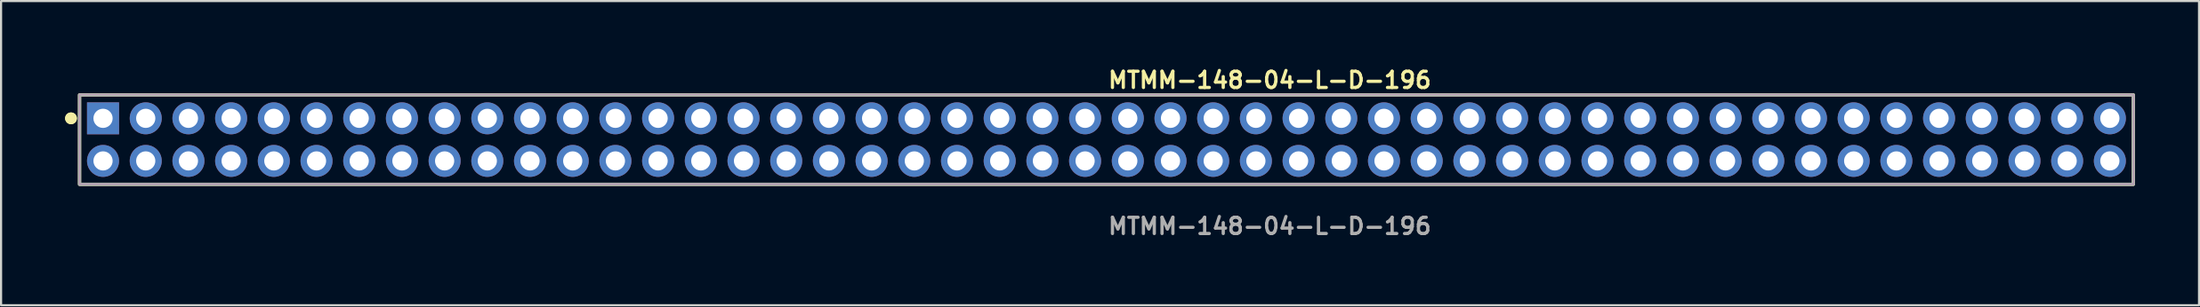
<source format=kicad_pcb>
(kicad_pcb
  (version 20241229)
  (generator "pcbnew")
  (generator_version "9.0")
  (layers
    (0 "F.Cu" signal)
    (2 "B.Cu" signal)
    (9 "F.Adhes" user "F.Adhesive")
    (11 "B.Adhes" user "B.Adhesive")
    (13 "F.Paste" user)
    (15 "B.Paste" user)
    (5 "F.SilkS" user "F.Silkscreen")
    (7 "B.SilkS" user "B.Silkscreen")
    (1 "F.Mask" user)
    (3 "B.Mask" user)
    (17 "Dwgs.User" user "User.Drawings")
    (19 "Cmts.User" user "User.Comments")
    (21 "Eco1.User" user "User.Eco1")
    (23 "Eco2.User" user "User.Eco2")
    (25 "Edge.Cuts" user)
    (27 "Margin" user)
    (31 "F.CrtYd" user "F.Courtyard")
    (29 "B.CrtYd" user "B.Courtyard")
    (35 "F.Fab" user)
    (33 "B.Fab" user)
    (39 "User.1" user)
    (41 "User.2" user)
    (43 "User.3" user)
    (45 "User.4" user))
  (footprint "MTMM-148-04-L-D-196"
    (layer "F.Cu")
    (at 48.776 3.507)
    (property "Reference" "MTMM-148-04-L-D-196" (at 0 -2.794 0) (unlocked yes) (layer "F.SilkS") (effects (font (size 0.762 0.762) (thickness 0.152)) (justify left)))
    (fp_rect (start -48.1 2.1) (end 48.1 -2.1) (stroke (width 0.152) (type solid)) (fill no) (layer "F.SilkS"))
    (fp_circle (center -48.5 -1) (end -48.7 -1) (stroke (width 0.152) (type solid)) (fill yes) (layer "F.SilkS"))
    (fp_circle (center -48.5 -1) (end -48.7 -1) (stroke (width 0.152) (type solid)) (fill yes) (layer "F.SilkS"))
    (fp_rect (start -48.1 2.1) (end 48.1 -2.1) (stroke (width 0.006) (type solid)) (fill no) (layer "F.CrtYd"))
    (fp_rect (start -48.1 2.1) (end 48.1 -2.1) (stroke (width 0.152) (type solid)) (fill no) (layer "F.Fab"))
    (fp_text user "${REFERENCE}" (at 0 4.064 0) (unlocked yes) (layer "F.Fab") (effects (font (size 0.762 0.762) (thickness 0.152)) (justify left)))
    (pad "1" thru_hole rect (at -47 -1) (size 1.5 1.5) (drill 0.9) (layers "*.Cu" "*.Mask"))
    (pad "2" thru_hole circle (at -47 1) (size 1.5 1.5) (drill 0.9) (layers "*.Cu" "*.Mask"))
    (pad "3" thru_hole circle (at -45 -1) (size 1.5 1.5) (drill 0.9) (layers "*.Cu" "*.Mask"))
    (pad "4" thru_hole circle (at -45 1) (size 1.5 1.5) (drill 0.9) (layers "*.Cu" "*.Mask"))
    (pad "5" thru_hole circle (at -43 -1) (size 1.5 1.5) (drill 0.9) (layers "*.Cu" "*.Mask"))
    (pad "6" thru_hole circle (at -43 1) (size 1.5 1.5) (drill 0.9) (layers "*.Cu" "*.Mask"))
    (pad "7" thru_hole circle (at -41 -1) (size 1.5 1.5) (drill 0.9) (layers "*.Cu" "*.Mask"))
    (pad "8" thru_hole circle (at -41 1) (size 1.5 1.5) (drill 0.9) (layers "*.Cu" "*.Mask"))
    (pad "9" thru_hole circle (at -39 -1) (size 1.5 1.5) (drill 0.9) (layers "*.Cu" "*.Mask"))
    (pad "10" thru_hole circle (at -39 1) (size 1.5 1.5) (drill 0.9) (layers "*.Cu" "*.Mask"))
    (pad "11" thru_hole circle (at -37 -1) (size 1.5 1.5) (drill 0.9) (layers "*.Cu" "*.Mask"))
    (pad "12" thru_hole circle (at -37 1) (size 1.5 1.5) (drill 0.9) (layers "*.Cu" "*.Mask"))
    (pad "13" thru_hole circle (at -35 -1) (size 1.5 1.5) (drill 0.9) (layers "*.Cu" "*.Mask"))
    (pad "14" thru_hole circle (at -35 1) (size 1.5 1.5) (drill 0.9) (layers "*.Cu" "*.Mask"))
    (pad "15" thru_hole circle (at -33 -1) (size 1.5 1.5) (drill 0.9) (layers "*.Cu" "*.Mask"))
    (pad "16" thru_hole circle (at -33 1) (size 1.5 1.5) (drill 0.9) (layers "*.Cu" "*.Mask"))
    (pad "17" thru_hole circle (at -31 -1) (size 1.5 1.5) (drill 0.9) (layers "*.Cu" "*.Mask"))
    (pad "18" thru_hole circle (at -31 1) (size 1.5 1.5) (drill 0.9) (layers "*.Cu" "*.Mask"))
    (pad "19" thru_hole circle (at -29 -1) (size 1.5 1.5) (drill 0.9) (layers "*.Cu" "*.Mask"))
    (pad "20" thru_hole circle (at -29 1) (size 1.5 1.5) (drill 0.9) (layers "*.Cu" "*.Mask"))
    (pad "21" thru_hole circle (at -27 -1) (size 1.5 1.5) (drill 0.9) (layers "*.Cu" "*.Mask"))
    (pad "22" thru_hole circle (at -27 1) (size 1.5 1.5) (drill 0.9) (layers "*.Cu" "*.Mask"))
    (pad "23" thru_hole circle (at -25 -1) (size 1.5 1.5) (drill 0.9) (layers "*.Cu" "*.Mask"))
    (pad "24" thru_hole circle (at -25 1) (size 1.5 1.5) (drill 0.9) (layers "*.Cu" "*.Mask"))
    (pad "25" thru_hole circle (at -23 -1) (size 1.5 1.5) (drill 0.9) (layers "*.Cu" "*.Mask"))
    (pad "26" thru_hole circle (at -23 1) (size 1.5 1.5) (drill 0.9) (layers "*.Cu" "*.Mask"))
    (pad "27" thru_hole circle (at -21 -1) (size 1.5 1.5) (drill 0.9) (layers "*.Cu" "*.Mask"))
    (pad "28" thru_hole circle (at -21 1) (size 1.5 1.5) (drill 0.9) (layers "*.Cu" "*.Mask"))
    (pad "29" thru_hole circle (at -19 -1) (size 1.5 1.5) (drill 0.9) (layers "*.Cu" "*.Mask"))
    (pad "30" thru_hole circle (at -19 1) (size 1.5 1.5) (drill 0.9) (layers "*.Cu" "*.Mask"))
    (pad "31" thru_hole circle (at -17 -1) (size 1.5 1.5) (drill 0.9) (layers "*.Cu" "*.Mask"))
    (pad "32" thru_hole circle (at -17 1) (size 1.5 1.5) (drill 0.9) (layers "*.Cu" "*.Mask"))
    (pad "33" thru_hole circle (at -15 -1) (size 1.5 1.5) (drill 0.9) (layers "*.Cu" "*.Mask"))
    (pad "34" thru_hole circle (at -15 1) (size 1.5 1.5) (drill 0.9) (layers "*.Cu" "*.Mask"))
    (pad "35" thru_hole circle (at -13 -1) (size 1.5 1.5) (drill 0.9) (layers "*.Cu" "*.Mask"))
    (pad "36" thru_hole circle (at -13 1) (size 1.5 1.5) (drill 0.9) (layers "*.Cu" "*.Mask"))
    (pad "37" thru_hole circle (at -11 -1) (size 1.5 1.5) (drill 0.9) (layers "*.Cu" "*.Mask"))
    (pad "38" thru_hole circle (at -11 1) (size 1.5 1.5) (drill 0.9) (layers "*.Cu" "*.Mask"))
    (pad "39" thru_hole circle (at -9 -1) (size 1.5 1.5) (drill 0.9) (layers "*.Cu" "*.Mask"))
    (pad "40" thru_hole circle (at -9 1) (size 1.5 1.5) (drill 0.9) (layers "*.Cu" "*.Mask"))
    (pad "41" thru_hole circle (at -7 -1) (size 1.5 1.5) (drill 0.9) (layers "*.Cu" "*.Mask"))
    (pad "42" thru_hole circle (at -7 1) (size 1.5 1.5) (drill 0.9) (layers "*.Cu" "*.Mask"))
    (pad "43" thru_hole circle (at -5 -1) (size 1.5 1.5) (drill 0.9) (layers "*.Cu" "*.Mask"))
    (pad "44" thru_hole circle (at -5 1) (size 1.5 1.5) (drill 0.9) (layers "*.Cu" "*.Mask"))
    (pad "45" thru_hole circle (at -3 -1) (size 1.5 1.5) (drill 0.9) (layers "*.Cu" "*.Mask"))
    (pad "46" thru_hole circle (at -3 1) (size 1.5 1.5) (drill 0.9) (layers "*.Cu" "*.Mask"))
    (pad "47" thru_hole circle (at -1 -1) (size 1.5 1.5) (drill 0.9) (layers "*.Cu" "*.Mask"))
    (pad "48" thru_hole circle (at -1 1) (size 1.5 1.5) (drill 0.9) (layers "*.Cu" "*.Mask"))
    (pad "49" thru_hole circle (at 1 -1) (size 1.5 1.5) (drill 0.9) (layers "*.Cu" "*.Mask"))
    (pad "50" thru_hole circle (at 1 1) (size 1.5 1.5) (drill 0.9) (layers "*.Cu" "*.Mask"))
    (pad "51" thru_hole circle (at 3 -1) (size 1.5 1.5) (drill 0.9) (layers "*.Cu" "*.Mask"))
    (pad "52" thru_hole circle (at 3 1) (size 1.5 1.5) (drill 0.9) (layers "*.Cu" "*.Mask"))
    (pad "53" thru_hole circle (at 5 -1) (size 1.5 1.5) (drill 0.9) (layers "*.Cu" "*.Mask"))
    (pad "54" thru_hole circle (at 5 1) (size 1.5 1.5) (drill 0.9) (layers "*.Cu" "*.Mask"))
    (pad "55" thru_hole circle (at 7 -1) (size 1.5 1.5) (drill 0.9) (layers "*.Cu" "*.Mask"))
    (pad "56" thru_hole circle (at 7 1) (size 1.5 1.5) (drill 0.9) (layers "*.Cu" "*.Mask"))
    (pad "57" thru_hole circle (at 9 -1) (size 1.5 1.5) (drill 0.9) (layers "*.Cu" "*.Mask"))
    (pad "58" thru_hole circle (at 9 1) (size 1.5 1.5) (drill 0.9) (layers "*.Cu" "*.Mask"))
    (pad "59" thru_hole circle (at 11 -1) (size 1.5 1.5) (drill 0.9) (layers "*.Cu" "*.Mask"))
    (pad "60" thru_hole circle (at 11 1) (size 1.5 1.5) (drill 0.9) (layers "*.Cu" "*.Mask"))
    (pad "61" thru_hole circle (at 13 -1) (size 1.5 1.5) (drill 0.9) (layers "*.Cu" "*.Mask"))
    (pad "62" thru_hole circle (at 13 1) (size 1.5 1.5) (drill 0.9) (layers "*.Cu" "*.Mask"))
    (pad "63" thru_hole circle (at 15 -1) (size 1.5 1.5) (drill 0.9) (layers "*.Cu" "*.Mask"))
    (pad "64" thru_hole circle (at 15 1) (size 1.5 1.5) (drill 0.9) (layers "*.Cu" "*.Mask"))
    (pad "65" thru_hole circle (at 17 -1) (size 1.5 1.5) (drill 0.9) (layers "*.Cu" "*.Mask"))
    (pad "66" thru_hole circle (at 17 1) (size 1.5 1.5) (drill 0.9) (layers "*.Cu" "*.Mask"))
    (pad "67" thru_hole circle (at 19 -1) (size 1.5 1.5) (drill 0.9) (layers "*.Cu" "*.Mask"))
    (pad "68" thru_hole circle (at 19 1) (size 1.5 1.5) (drill 0.9) (layers "*.Cu" "*.Mask"))
    (pad "69" thru_hole circle (at 21 -1) (size 1.5 1.5) (drill 0.9) (layers "*.Cu" "*.Mask"))
    (pad "70" thru_hole circle (at 21 1) (size 1.5 1.5) (drill 0.9) (layers "*.Cu" "*.Mask"))
    (pad "71" thru_hole circle (at 23 -1) (size 1.5 1.5) (drill 0.9) (layers "*.Cu" "*.Mask"))
    (pad "72" thru_hole circle (at 23 1) (size 1.5 1.5) (drill 0.9) (layers "*.Cu" "*.Mask"))
    (pad "73" thru_hole circle (at 25 -1) (size 1.5 1.5) (drill 0.9) (layers "*.Cu" "*.Mask"))
    (pad "74" thru_hole circle (at 25 1) (size 1.5 1.5) (drill 0.9) (layers "*.Cu" "*.Mask"))
    (pad "75" thru_hole circle (at 27 -1) (size 1.5 1.5) (drill 0.9) (layers "*.Cu" "*.Mask"))
    (pad "76" thru_hole circle (at 27 1) (size 1.5 1.5) (drill 0.9) (layers "*.Cu" "*.Mask"))
    (pad "77" thru_hole circle (at 29 -1) (size 1.5 1.5) (drill 0.9) (layers "*.Cu" "*.Mask"))
    (pad "78" thru_hole circle (at 29 1) (size 1.5 1.5) (drill 0.9) (layers "*.Cu" "*.Mask"))
    (pad "79" thru_hole circle (at 31 -1) (size 1.5 1.5) (drill 0.9) (layers "*.Cu" "*.Mask"))
    (pad "80" thru_hole circle (at 31 1) (size 1.5 1.5) (drill 0.9) (layers "*.Cu" "*.Mask"))
    (pad "81" thru_hole circle (at 33 -1) (size 1.5 1.5) (drill 0.9) (layers "*.Cu" "*.Mask"))
    (pad "82" thru_hole circle (at 33 1) (size 1.5 1.5) (drill 0.9) (layers "*.Cu" "*.Mask"))
    (pad "83" thru_hole circle (at 35 -1) (size 1.5 1.5) (drill 0.9) (layers "*.Cu" "*.Mask"))
    (pad "84" thru_hole circle (at 35 1) (size 1.5 1.5) (drill 0.9) (layers "*.Cu" "*.Mask"))
    (pad "85" thru_hole circle (at 37 -1) (size 1.5 1.5) (drill 0.9) (layers "*.Cu" "*.Mask"))
    (pad "86" thru_hole circle (at 37 1) (size 1.5 1.5) (drill 0.9) (layers "*.Cu" "*.Mask"))
    (pad "87" thru_hole circle (at 39 -1) (size 1.5 1.5) (drill 0.9) (layers "*.Cu" "*.Mask"))
    (pad "88" thru_hole circle (at 39 1) (size 1.5 1.5) (drill 0.9) (layers "*.Cu" "*.Mask"))
    (pad "89" thru_hole circle (at 41 -1) (size 1.5 1.5) (drill 0.9) (layers "*.Cu" "*.Mask"))
    (pad "90" thru_hole circle (at 41 1) (size 1.5 1.5) (drill 0.9) (layers "*.Cu" "*.Mask"))
    (pad "91" thru_hole circle (at 43 -1) (size 1.5 1.5) (drill 0.9) (layers "*.Cu" "*.Mask"))
    (pad "92" thru_hole circle (at 43 1) (size 1.5 1.5) (drill 0.9) (layers "*.Cu" "*.Mask"))
    (pad "93" thru_hole circle (at 45 -1) (size 1.5 1.5) (drill 0.9) (layers "*.Cu" "*.Mask"))
    (pad "94" thru_hole circle (at 45 1) (size 1.5 1.5) (drill 0.9) (layers "*.Cu" "*.Mask"))
    (pad "95" thru_hole circle (at 47 -1) (size 1.5 1.5) (drill 0.9) (layers "*.Cu" "*.Mask"))
    (pad "96" thru_hole circle (at 47 1) (size 1.5 1.5) (drill 0.9) (layers "*.Cu" "*.Mask")))
  (gr_rect
    (start -3 -3)
    (end 99.952 11.284)
    (stroke (width 0.1) (type default))
    (fill no)
    (layer "Edge.Cuts")))
</source>
